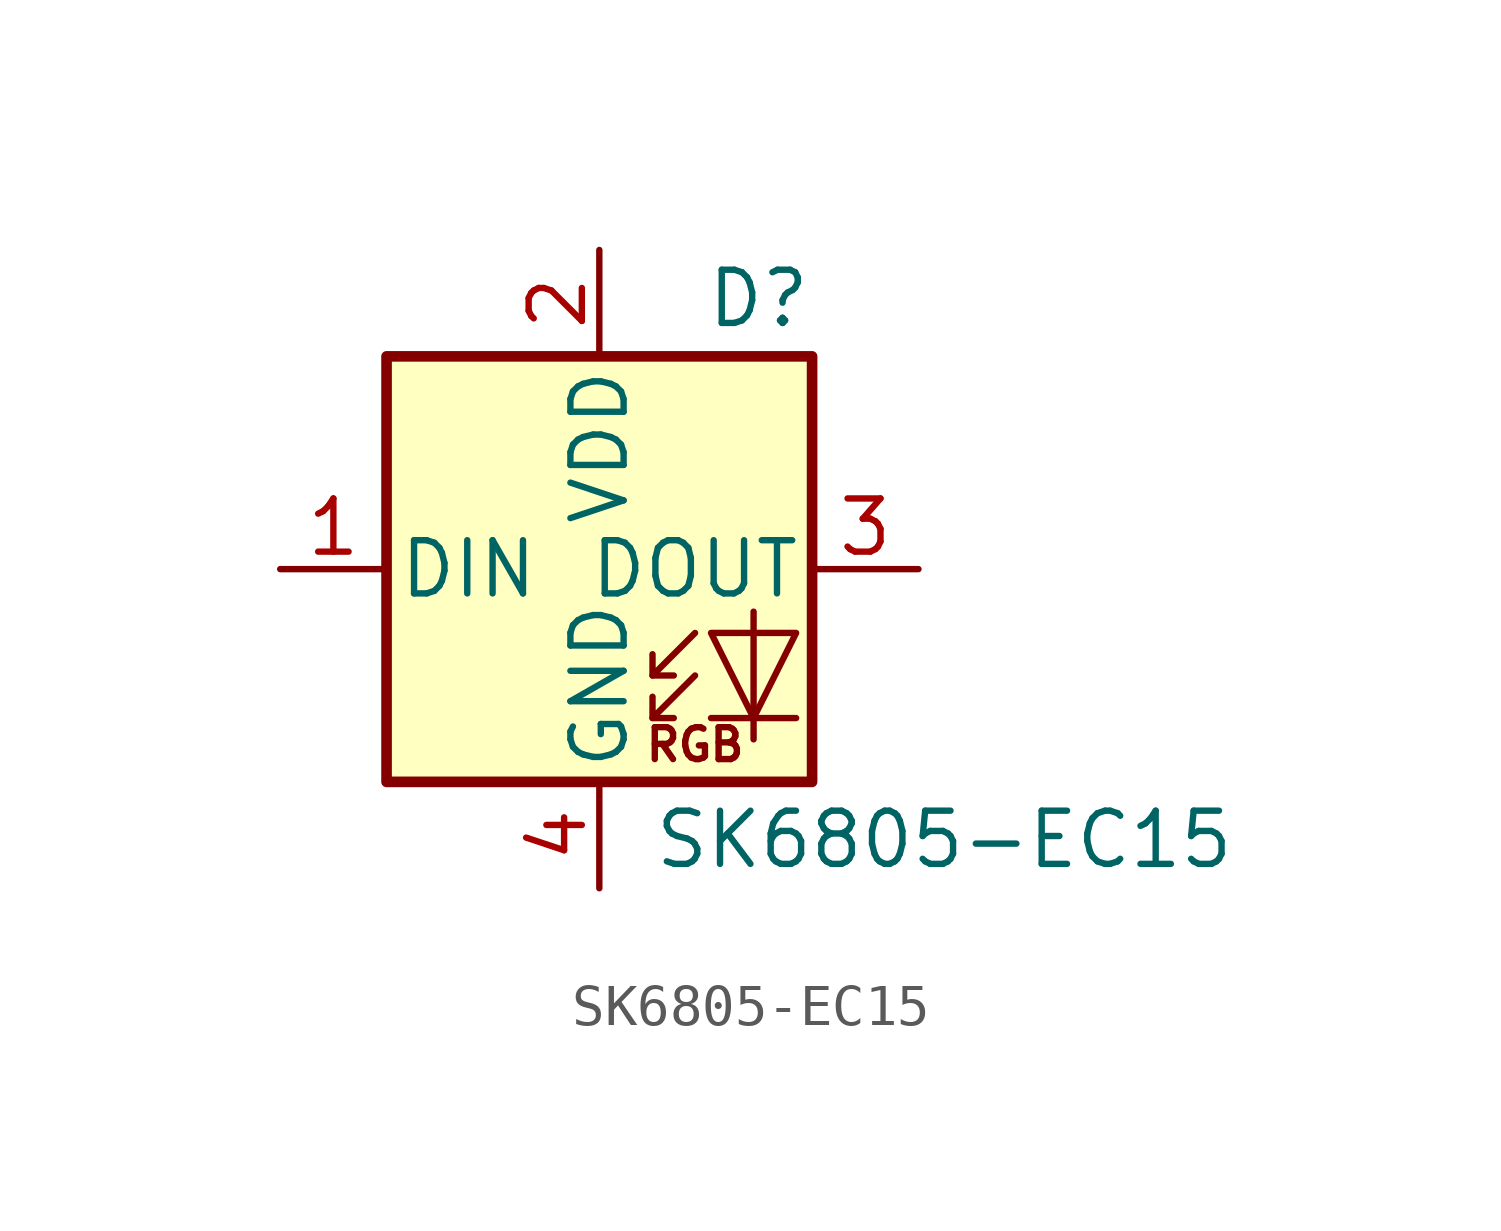
<source format=kicad_sym>
(kicad_symbol_lib
  (version 20220914)
  (generator kicad_symbol_editor)
  (symbol "SK6805-EC15"
    (pin_names
      (offset 0.254))
    (property "Reference" "D"
      (at 5.08 5.715 0)
      (effects (font (size 1.27 1.27)) (justify right bottom)))
    (property "Value" "SK6805-EC15"
      (at 1.27 -5.715 0)
      (effects (font (size 1.27 1.27)) (justify left top)))
    (symbol "SK6805-EC15_0_0"
      (text "RGB" (at 2.286 -4.191 0) (effects (font (size 0.762 0.762)))))
    (symbol "SK6805-EC15_0_1"
      (polyline (pts (xy 1.27 -3.556) (xy 1.778 -3.556)) (stroke (width 0) (type default)) (fill (type none)))
      (polyline (pts (xy 1.27 -2.54) (xy 1.778 -2.54)) (stroke (width 0) (type default)) (fill (type none)))
      (polyline (pts (xy 4.699 -3.556) (xy 2.667 -3.556)) (stroke (width 0) (type default)) (fill (type none)))
      (polyline (pts (xy 2.286 -2.54) (xy 1.27 -3.556) (xy 1.27 -3.048)) (stroke (width 0) (type default)) (fill (type none)))
      (polyline (pts (xy 2.286 -1.524) (xy 1.27 -2.54) (xy 1.27 -2.032)) (stroke (width 0) (type default)) (fill (type none)))
      (polyline (pts (xy 3.683 -1.016) (xy 3.683 -3.556) (xy 3.683 -4.064)) (stroke (width 0) (type default)) (fill (type none)))
      (polyline (pts (xy 4.699 -1.524) (xy 2.667 -1.524) (xy 3.683 -3.556) (xy 4.699 -1.524)) (stroke (width 0) (type default)) (fill (type none))))
    (symbol "SK6805-EC15_1_1"
      (rectangle (start -5.08 5.08) (end 5.08 -5.08) (stroke (width 0.254) (type default)) (fill (type background)))
      (pin input line (at -7.62 0 0) (length 2.54) (name "DIN" (effects (font (size 1.27 1.27)))) (number "1" (effects (font (size 1.27 1.27)))))
      (pin power_in line (at 0 7.62 270) (length 2.54) (name "VDD" (effects (font (size 1.27 1.27)))) (number "2" (effects (font (size 1.27 1.27)))))
      (pin output line (at 7.62 0 180) (length 2.54) (name "DOUT" (effects (font (size 1.27 1.27)))) (number "3" (effects (font (size 1.27 1.27)))))
      (pin power_in line (at 0 -7.62 90) (length 2.54) (name "GND" (effects (font (size 1.27 1.27)))) (number "4" (effects (font (size 1.27 1.27))))))))
</source>
